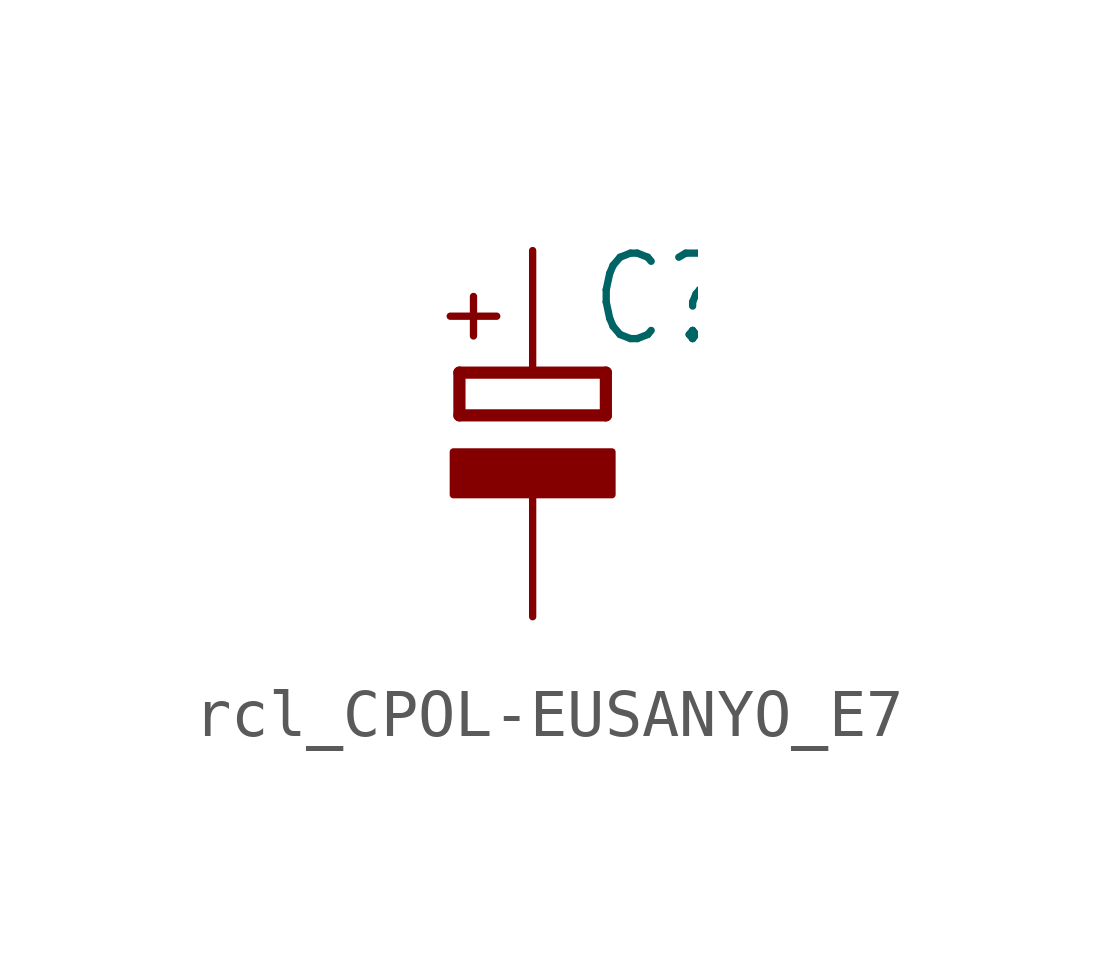
<source format=kicad_sym>
(kicad_symbol_lib
  (version 20241209)
  (generator "kicad_symbol_editor")
  (generator_version "9.0")
  (symbol "rcl_CPOL-EUSANYO_E7"
    (property "Reference" "C"
      (at 1.143 0.483 0)
      (effects (font (size 1.778 1.511)) (justify left bottom)))
    (property "Value" ""
      (at 1.143 -4.597 0)
      (effects (font (size 1.778 1.511)) (justify left bottom)))
    (property "ki_locked" ""
      (at 0 0 0)
      (effects (font (size 1.27 1.27))))
    (symbol "rcl_CPOL-EUSANYO_E7_1_0"
      (rectangle (start -1.651 -2.54) (end 1.651 -1.651) (stroke (width 0) (type default)) (fill (type outline)))
      (polyline (pts (xy -1.524 0) (xy -1.524 -0.889)) (stroke (width 0.254) (type solid)) (fill (type none)))
      (polyline (pts (xy -1.524 0) (xy 1.524 0)) (stroke (width 0.254) (type solid)) (fill (type none)))
      (polyline (pts (xy -1.524 -0.889) (xy 1.524 -0.889)) (stroke (width 0.254) (type solid)) (fill (type none)))
      (polyline (pts (xy 1.524 -0.889) (xy 1.524 0)) (stroke (width 0.254) (type solid)) (fill (type none)))
      (text "+" (at -0.584 0.406 900) (effects (font (size 1.27 1.079)) (justify left bottom)))
      (pin passive line (at 0 2.54 270) (length 2.54) (name "+" (effects (font (size 0 0)))) (number "+" (effects (font (size 0 0)))))
      (pin passive line (at 0 -5.08 90) (length 2.54) (name "-" (effects (font (size 0 0)))) (number "-" (effects (font (size 0 0))))))))
</source>
